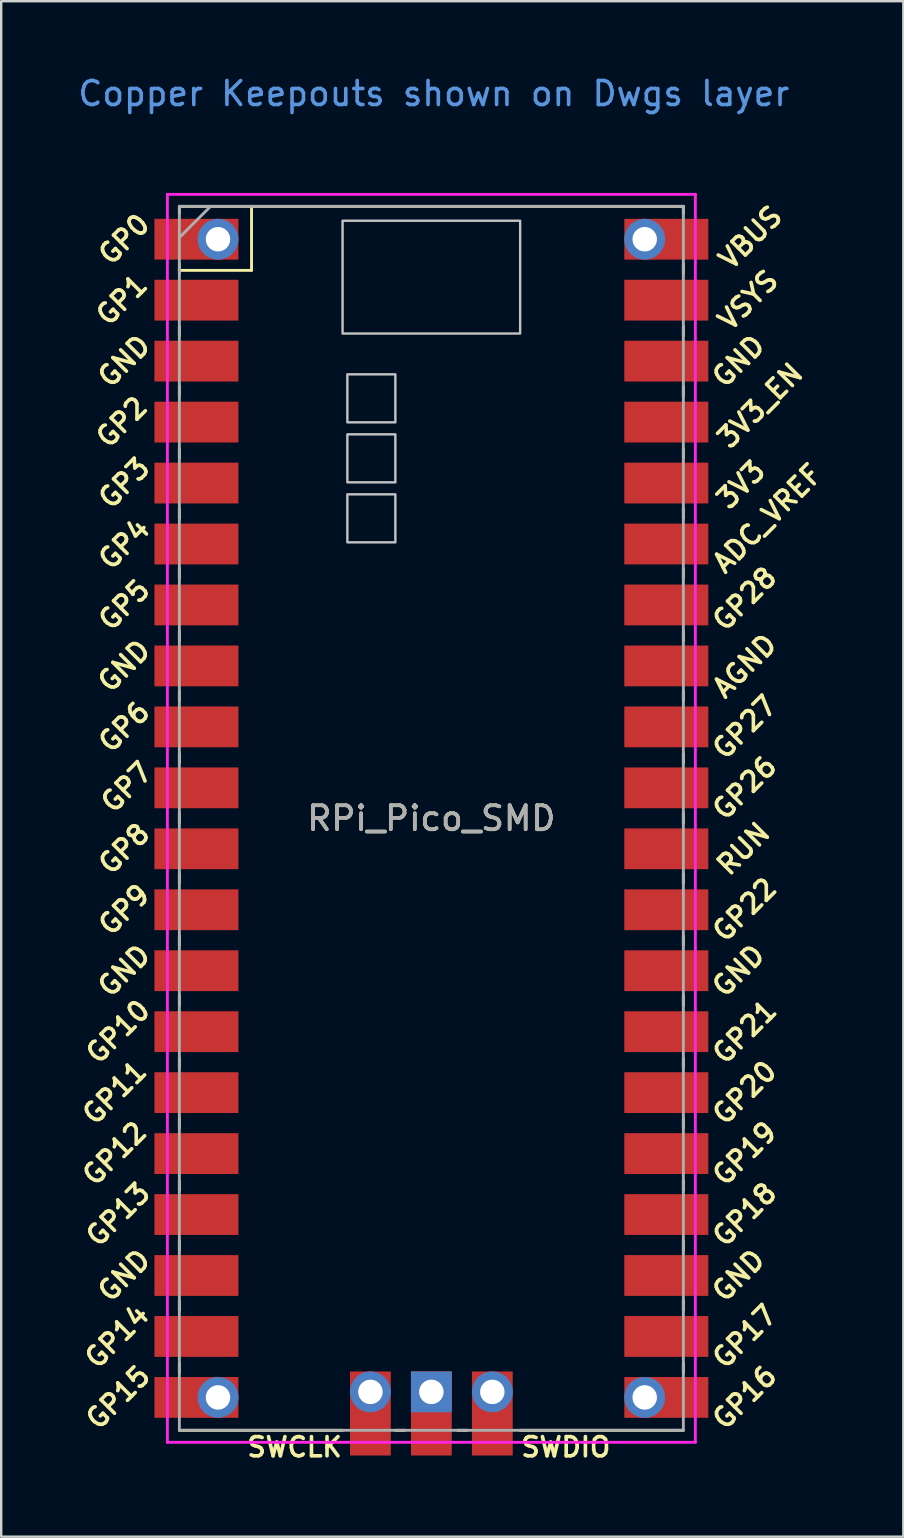
<source format=kicad_pcb>
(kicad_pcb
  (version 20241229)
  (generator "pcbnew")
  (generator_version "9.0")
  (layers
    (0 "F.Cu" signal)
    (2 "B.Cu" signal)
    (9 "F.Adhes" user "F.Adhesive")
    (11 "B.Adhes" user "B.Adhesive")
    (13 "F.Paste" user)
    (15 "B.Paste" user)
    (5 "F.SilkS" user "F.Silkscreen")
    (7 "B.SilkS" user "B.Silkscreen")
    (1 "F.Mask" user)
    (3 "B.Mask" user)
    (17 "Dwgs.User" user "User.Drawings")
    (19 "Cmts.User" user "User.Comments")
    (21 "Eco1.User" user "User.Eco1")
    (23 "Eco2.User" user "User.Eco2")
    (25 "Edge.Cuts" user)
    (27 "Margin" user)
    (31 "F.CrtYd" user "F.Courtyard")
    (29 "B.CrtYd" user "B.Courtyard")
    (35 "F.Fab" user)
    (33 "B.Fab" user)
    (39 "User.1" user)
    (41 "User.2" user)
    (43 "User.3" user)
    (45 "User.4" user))
  (footprint "RPi_Pico_SMD"
    (layer "F.Cu")
    (at 14.924 31.048)
    (property "Reference" "RPi_Pico_SMD" (at 0 0 0) (layer "F.SilkS") (effects (font (size 1 1) (thickness 0.15))))
    (attr through_hole)
    (fp_line (start -10.5 -25.5) (end -10.5 -25.2) (stroke (width 0.12) (type solid)) (layer "F.SilkS"))
    (fp_line (start -10.5 -25.5) (end 10.5 -25.5) (stroke (width 0.12) (type solid)) (layer "F.SilkS"))
    (fp_line (start -10.5 -23.1) (end -10.5 -22.7) (stroke (width 0.12) (type solid)) (layer "F.SilkS"))
    (fp_line (start -10.5 -22.833) (end -7.493 -22.833) (stroke (width 0.12) (type solid)) (layer "F.SilkS"))
    (fp_line (start -10.5 -20.5) (end -10.5 -20.1) (stroke (width 0.12) (type solid)) (layer "F.SilkS"))
    (fp_line (start -10.5 -18) (end -10.5 -17.6) (stroke (width 0.12) (type solid)) (layer "F.SilkS"))
    (fp_line (start -10.5 -15.4) (end -10.5 -15) (stroke (width 0.12) (type solid)) (layer "F.SilkS"))
    (fp_line (start -10.5 -12.9) (end -10.5 -12.5) (stroke (width 0.12) (type solid)) (layer "F.SilkS"))
    (fp_line (start -10.5 -10.4) (end -10.5 -10) (stroke (width 0.12) (type solid)) (layer "F.SilkS"))
    (fp_line (start -10.5 -7.8) (end -10.5 -7.4) (stroke (width 0.12) (type solid)) (layer "F.SilkS"))
    (fp_line (start -10.5 -5.3) (end -10.5 -4.9) (stroke (width 0.12) (type solid)) (layer "F.SilkS"))
    (fp_line (start -10.5 -2.7) (end -10.5 -2.3) (stroke (width 0.12) (type solid)) (layer "F.SilkS"))
    (fp_line (start -10.5 -0.2) (end -10.5 0.2) (stroke (width 0.12) (type solid)) (layer "F.SilkS"))
    (fp_line (start -10.5 2.3) (end -10.5 2.7) (stroke (width 0.12) (type solid)) (layer "F.SilkS"))
    (fp_line (start -10.5 4.9) (end -10.5 5.3) (stroke (width 0.12) (type solid)) (layer "F.SilkS"))
    (fp_line (start -10.5 7.4) (end -10.5 7.8) (stroke (width 0.12) (type solid)) (layer "F.SilkS"))
    (fp_line (start -10.5 10) (end -10.5 10.4) (stroke (width 0.12) (type solid)) (layer "F.SilkS"))
    (fp_line (start -10.5 12.5) (end -10.5 12.9) (stroke (width 0.12) (type solid)) (layer "F.SilkS"))
    (fp_line (start -10.5 15.1) (end -10.5 15.5) (stroke (width 0.12) (type solid)) (layer "F.SilkS"))
    (fp_line (start -10.5 17.6) (end -10.5 18) (stroke (width 0.12) (type solid)) (layer "F.SilkS"))
    (fp_line (start -10.5 20.1) (end -10.5 20.5) (stroke (width 0.12) (type solid)) (layer "F.SilkS"))
    (fp_line (start -10.5 22.7) (end -10.5 23.1) (stroke (width 0.12) (type solid)) (layer "F.SilkS"))
    (fp_line (start -7.493 -22.833) (end -7.493 -25.5) (stroke (width 0.12) (type solid)) (layer "F.SilkS"))
    (fp_line (start -3.7 25.5) (end -10.5 25.5) (stroke (width 0.12) (type solid)) (layer "F.SilkS"))
    (fp_line (start -1.5 25.5) (end -1.1 25.5) (stroke (width 0.12) (type solid)) (layer "F.SilkS"))
    (fp_line (start 1.1 25.5) (end 1.5 25.5) (stroke (width 0.12) (type solid)) (layer "F.SilkS"))
    (fp_line (start 10.5 -25.5) (end 10.5 -25.2) (stroke (width 0.12) (type solid)) (layer "F.SilkS"))
    (fp_line (start 10.5 -23.1) (end 10.5 -22.7) (stroke (width 0.12) (type solid)) (layer "F.SilkS"))
    (fp_line (start 10.5 -20.5) (end 10.5 -20.1) (stroke (width 0.12) (type solid)) (layer "F.SilkS"))
    (fp_line (start 10.5 -18) (end 10.5 -17.6) (stroke (width 0.12) (type solid)) (layer "F.SilkS"))
    (fp_line (start 10.5 -15.4) (end 10.5 -15) (stroke (width 0.12) (type solid)) (layer "F.SilkS"))
    (fp_line (start 10.5 -12.9) (end 10.5 -12.5) (stroke (width 0.12) (type solid)) (layer "F.SilkS"))
    (fp_line (start 10.5 -10.4) (end 10.5 -10) (stroke (width 0.12) (type solid)) (layer "F.SilkS"))
    (fp_line (start 10.5 -7.8) (end 10.5 -7.4) (stroke (width 0.12) (type solid)) (layer "F.SilkS"))
    (fp_line (start 10.5 -5.3) (end 10.5 -4.9) (stroke (width 0.12) (type solid)) (layer "F.SilkS"))
    (fp_line (start 10.5 -2.7) (end 10.5 -2.3) (stroke (width 0.12) (type solid)) (layer "F.SilkS"))
    (fp_line (start 10.5 -0.2) (end 10.5 0.2) (stroke (width 0.12) (type solid)) (layer "F.SilkS"))
    (fp_line (start 10.5 2.3) (end 10.5 2.7) (stroke (width 0.12) (type solid)) (layer "F.SilkS"))
    (fp_line (start 10.5 4.9) (end 10.5 5.3) (stroke (width 0.12) (type solid)) (layer "F.SilkS"))
    (fp_line (start 10.5 7.4) (end 10.5 7.8) (stroke (width 0.12) (type solid)) (layer "F.SilkS"))
    (fp_line (start 10.5 10) (end 10.5 10.4) (stroke (width 0.12) (type solid)) (layer "F.SilkS"))
    (fp_line (start 10.5 12.5) (end 10.5 12.9) (stroke (width 0.12) (type solid)) (layer "F.SilkS"))
    (fp_line (start 10.5 15.1) (end 10.5 15.5) (stroke (width 0.12) (type solid)) (layer "F.SilkS"))
    (fp_line (start 10.5 17.6) (end 10.5 18) (stroke (width 0.12) (type solid)) (layer "F.SilkS"))
    (fp_line (start 10.5 20.1) (end 10.5 20.5) (stroke (width 0.12) (type solid)) (layer "F.SilkS"))
    (fp_line (start 10.5 22.7) (end 10.5 23.1) (stroke (width 0.12) (type solid)) (layer "F.SilkS"))
    (fp_line (start 10.5 25.5) (end 3.7 25.5) (stroke (width 0.12) (type solid)) (layer "F.SilkS"))
    (fp_poly (pts (xy -1.5 -16.5) (xy -3.5 -16.5) (xy -3.5 -18.5) (xy -1.5 -18.5)) (stroke (width 0.1) (type solid)) (fill no) (layer "Dwgs.User"))
    (fp_poly (pts (xy -1.5 -14) (xy -3.5 -14) (xy -3.5 -16) (xy -1.5 -16)) (stroke (width 0.1) (type solid)) (fill no) (layer "Dwgs.User"))
    (fp_poly (pts (xy -1.5 -11.5) (xy -3.5 -11.5) (xy -3.5 -13.5) (xy -1.5 -13.5)) (stroke (width 0.1) (type solid)) (fill no) (layer "Dwgs.User"))
    (fp_poly (pts (xy 3.7 -20.2) (xy -3.7 -20.2) (xy -3.7 -24.9) (xy 3.7 -24.9)) (stroke (width 0.1) (type solid)) (fill no) (layer "Dwgs.User"))
    (fp_line (start -11 -26) (end 11 -26) (stroke (width 0.12) (type solid)) (layer "F.CrtYd"))
    (fp_line (start -11 26) (end -11 -26) (stroke (width 0.12) (type solid)) (layer "F.CrtYd"))
    (fp_line (start 11 -26) (end 11 26) (stroke (width 0.12) (type solid)) (layer "F.CrtYd"))
    (fp_line (start 11 26) (end -11 26) (stroke (width 0.12) (type solid)) (layer "F.CrtYd"))
    (fp_line (start -10.5 -25.5) (end 10.5 -25.5) (stroke (width 0.12) (type solid)) (layer "F.Fab"))
    (fp_line (start -10.5 -24.2) (end -9.2 -25.5) (stroke (width 0.12) (type solid)) (layer "F.Fab"))
    (fp_line (start -10.5 25.5) (end -10.5 -25.5) (stroke (width 0.12) (type solid)) (layer "F.Fab"))
    (fp_line (start 10.5 -25.5) (end 10.5 25.5) (stroke (width 0.12) (type solid)) (layer "F.Fab"))
    (fp_line (start 10.5 25.5) (end -10.5 25.5) (stroke (width 0.12) (type solid)) (layer "F.Fab"))
    (fp_text user "GND" (at 12.8 19.05 45) (layer "F.SilkS") (effects (font (size 0.8 0.8) (thickness 0.15))))
    (fp_text user "GP21" (at 13.054 8.9 45) (layer "F.SilkS") (effects (font (size 0.8 0.8) (thickness 0.15))))
    (fp_text user "SWDIO" (at 5.6 26.2 0) (layer "F.SilkS") (effects (font (size 0.8 0.8) (thickness 0.15))))
    (fp_text user "GP10" (at -13.054 8.89 45) (layer "F.SilkS") (effects (font (size 0.8 0.8) (thickness 0.15))))
    (fp_text user "ADC_VREF" (at 14 -12.5 45) (layer "F.SilkS") (effects (font (size 0.8 0.8) (thickness 0.15))))
    (fp_text user "VBUS" (at 13.3 -24.2 45) (layer "F.SilkS") (effects (font (size 0.8 0.8) (thickness 0.15))))
    (fp_text user "GP22" (at 13.054 3.81 45) (layer "F.SilkS") (effects (font (size 0.8 0.8) (thickness 0.15))))
    (fp_text user "GP3" (at -12.8 -13.97 45) (layer "F.SilkS") (effects (font (size 0.8 0.8) (thickness 0.15))))
    (fp_text user "GP28" (at 13.054 -9.144 45) (layer "F.SilkS") (effects (font (size 0.8 0.8) (thickness 0.15))))
    (fp_text user "GP13" (at -13.054 16.51 45) (layer "F.SilkS") (effects (font (size 0.8 0.8) (thickness 0.15))))
    (fp_text user "GND" (at -12.8 -6.35 45) (layer "F.SilkS") (effects (font (size 0.8 0.8) (thickness 0.15))))
    (fp_text user "GP19" (at 13.054 13.97 45) (layer "F.SilkS") (effects (font (size 0.8 0.8) (thickness 0.15))))
    (fp_text user "GP1" (at -12.9 -21.6 45) (layer "F.SilkS") (effects (font (size 0.8 0.8) (thickness 0.15))))
    (fp_text user "GP12" (at -13.2 13.97 45) (layer "F.SilkS") (effects (font (size 0.8 0.8) (thickness 0.15))))
    (fp_text user "GP20" (at 13.054 11.43 45) (layer "F.SilkS") (effects (font (size 0.8 0.8) (thickness 0.15))))
    (fp_text user "GND" (at -12.8 19.05 45) (layer "F.SilkS") (effects (font (size 0.8 0.8) (thickness 0.15))))
    (fp_text user "GP17" (at 13.054 21.59 45) (layer "F.SilkS") (effects (font (size 0.8 0.8) (thickness 0.15))))
    (fp_text user "GP6" (at -12.8 -3.81 45) (layer "F.SilkS") (effects (font (size 0.8 0.8) (thickness 0.15))))
    (fp_text user "GP2" (at -12.9 -16.51 45) (layer "F.SilkS") (effects (font (size 0.8 0.8) (thickness 0.15))))
    (fp_text user "GP0" (at -12.8 -24.13 45) (layer "F.SilkS") (effects (font (size 0.8 0.8) (thickness 0.15))))
    (fp_text user "GND" (at 12.8 6.35 45) (layer "F.SilkS") (effects (font (size 0.8 0.8) (thickness 0.15))))
    (fp_text user "GND" (at -12.8 -19.05 45) (layer "F.SilkS") (effects (font (size 0.8 0.8) (thickness 0.15))))
    (fp_text user "AGND" (at 13.054 -6.35 45) (layer "F.SilkS") (effects (font (size 0.8 0.8) (thickness 0.15))))
    (fp_text user "GP16" (at 13.054 24.13 45) (layer "F.SilkS") (effects (font (size 0.8 0.8) (thickness 0.15))))
    (fp_text user "GP8" (at -12.8 1.27 45) (layer "F.SilkS") (effects (font (size 0.8 0.8) (thickness 0.15))))
    (fp_text user "VSYS" (at 13.2 -21.59 45) (layer "F.SilkS") (effects (font (size 0.8 0.8) (thickness 0.15))))
    (fp_text user "GP14" (at -13.1 21.59 45) (layer "F.SilkS") (effects (font (size 0.8 0.8) (thickness 0.15))))
    (fp_text user "3V3_EN" (at 13.7 -17.2 45) (layer "F.SilkS") (effects (font (size 0.8 0.8) (thickness 0.15))))
    (fp_text user "3V3" (at 12.9 -13.9 45) (layer "F.SilkS") (effects (font (size 0.8 0.8) (thickness 0.15))))
    (fp_text user "GP5" (at -12.8 -8.89 45) (layer "F.SilkS") (effects (font (size 0.8 0.8) (thickness 0.15))))
    (fp_text user "GP15" (at -13.054 24.13 45) (layer "F.SilkS") (effects (font (size 0.8 0.8) (thickness 0.15))))
    (fp_text user "GP11" (at -13.2 11.43 45) (layer "F.SilkS") (effects (font (size 0.8 0.8) (thickness 0.15))))
    (fp_text user "GP27" (at 13.054 -3.8 45) (layer "F.SilkS") (effects (font (size 0.8 0.8) (thickness 0.15))))
    (fp_text user "GP4" (at -12.8 -11.43 45) (layer "F.SilkS") (effects (font (size 0.8 0.8) (thickness 0.15))))
    (fp_text user "GND" (at -12.8 6.35 45) (layer "F.SilkS") (effects (font (size 0.8 0.8) (thickness 0.15))))
    (fp_text user "RUN" (at 13 1.27 45) (layer "F.SilkS") (effects (font (size 0.8 0.8) (thickness 0.15))))
    (fp_text user "GP26" (at 13.054 -1.27 45) (layer "F.SilkS") (effects (font (size 0.8 0.8) (thickness 0.15))))
    (fp_text user "GND" (at 12.8 -19.05 45) (layer "F.SilkS") (effects (font (size 0.8 0.8) (thickness 0.15))))
    (fp_text user "GP9" (at -12.8 3.81 45) (layer "F.SilkS") (effects (font (size 0.8 0.8) (thickness 0.15))))
    (fp_text user "GP18" (at 13.054 16.51 45) (layer "F.SilkS") (effects (font (size 0.8 0.8) (thickness 0.15))))
    (fp_text user "SWCLK" (at -5.7 26.2 0) (layer "F.SilkS") (effects (font (size 0.8 0.8) (thickness 0.15))))
    (fp_text user "GP7" (at -12.7 -1.3 45) (layer "F.SilkS") (effects (font (size 0.8 0.8) (thickness 0.15))))
    (fp_text user "Copper Keepouts shown on Dwgs layer" (at 0.1 -30.2 0) (layer "Cmts.User") (effects (font (size 1 1) (thickness 0.15))))
    (fp_text user "${REFERENCE}" (at 0 0 180) (layer "F.Fab") (effects (font (size 1 1) (thickness 0.15))))
    (pad "1" thru_hole oval (at -8.89 -24.13) (size 1.7 1.7) (drill 1.02) (layers "*.Cu" "*.Mask"))
    (pad "1" smd rect (at -8.89 -24.13) (size 3.5 1.7) (drill (offset -0.9 0)) (layers "F.Cu" "F.Mask"))
    (pad "2" smd rect (at -8.89 -21.59) (size 3.5 1.7) (drill (offset -0.9 0)) (layers "F.Cu" "F.Mask"))
    (pad "3" smd rect (at -8.89 -19.05) (size 3.5 1.7) (drill (offset -0.9 0)) (layers "F.Cu" "F.Mask"))
    (pad "4" smd rect (at -8.89 -16.51) (size 3.5 1.7) (drill (offset -0.9 0)) (layers "F.Cu" "F.Mask"))
    (pad "5" smd rect (at -8.89 -13.97) (size 3.5 1.7) (drill (offset -0.9 0)) (layers "F.Cu" "F.Mask"))
    (pad "6" smd rect (at -8.89 -11.43) (size 3.5 1.7) (drill (offset -0.9 0)) (layers "F.Cu" "F.Mask"))
    (pad "7" smd rect (at -8.89 -8.89) (size 3.5 1.7) (drill (offset -0.9 0)) (layers "F.Cu" "F.Mask"))
    (pad "8" smd rect (at -8.89 -6.35) (size 3.5 1.7) (drill (offset -0.9 0)) (layers "F.Cu" "F.Mask"))
    (pad "9" smd rect (at -8.89 -3.81) (size 3.5 1.7) (drill (offset -0.9 0)) (layers "F.Cu" "F.Mask"))
    (pad "10" smd rect (at -8.89 -1.27) (size 3.5 1.7) (drill (offset -0.9 0)) (layers "F.Cu" "F.Mask"))
    (pad "11" smd rect (at -8.89 1.27) (size 3.5 1.7) (drill (offset -0.9 0)) (layers "F.Cu" "F.Mask"))
    (pad "12" smd rect (at -8.89 3.81) (size 3.5 1.7) (drill (offset -0.9 0)) (layers "F.Cu" "F.Mask"))
    (pad "13" smd rect (at -8.89 6.35) (size 3.5 1.7) (drill (offset -0.9 0)) (layers "F.Cu" "F.Mask"))
    (pad "14" smd rect (at -8.89 8.89) (size 3.5 1.7) (drill (offset -0.9 0)) (layers "F.Cu" "F.Mask"))
    (pad "15" smd rect (at -8.89 11.43) (size 3.5 1.7) (drill (offset -0.9 0)) (layers "F.Cu" "F.Mask"))
    (pad "16" smd rect (at -8.89 13.97) (size 3.5 1.7) (drill (offset -0.9 0)) (layers "F.Cu" "F.Mask"))
    (pad "17" smd rect (at -8.89 16.51) (size 3.5 1.7) (drill (offset -0.9 0)) (layers "F.Cu" "F.Mask"))
    (pad "18" smd rect (at -8.89 19.05) (size 3.5 1.7) (drill (offset -0.9 0)) (layers "F.Cu" "F.Mask"))
    (pad "19" smd rect (at -8.89 21.59) (size 3.5 1.7) (drill (offset -0.9 0)) (layers "F.Cu" "F.Mask"))
    (pad "20" thru_hole oval (at -8.89 24.13) (size 1.7 1.7) (drill 1.02) (layers "*.Cu" "*.Mask"))
    (pad "20" smd rect (at -8.89 24.13) (size 3.5 1.7) (drill (offset -0.9 0)) (layers "F.Cu" "F.Mask"))
    (pad "21" thru_hole oval (at 8.89 24.13) (size 1.7 1.7) (drill 1.02) (layers "*.Cu" "*.Mask"))
    (pad "21" smd rect (at 8.89 24.13) (size 3.5 1.7) (drill (offset 0.9 0)) (layers "F.Cu" "F.Mask"))
    (pad "22" smd rect (at 8.89 21.59) (size 3.5 1.7) (drill (offset 0.9 0)) (layers "F.Cu" "F.Mask"))
    (pad "23" smd rect (at 8.89 19.05) (size 3.5 1.7) (drill (offset 0.9 0)) (layers "F.Cu" "F.Mask"))
    (pad "24" smd rect (at 8.89 16.51) (size 3.5 1.7) (drill (offset 0.9 0)) (layers "F.Cu" "F.Mask"))
    (pad "25" smd rect (at 8.89 13.97) (size 3.5 1.7) (drill (offset 0.9 0)) (layers "F.Cu" "F.Mask"))
    (pad "26" smd rect (at 8.89 11.43) (size 3.5 1.7) (drill (offset 0.9 0)) (layers "F.Cu" "F.Mask"))
    (pad "27" smd rect (at 8.89 8.89) (size 3.5 1.7) (drill (offset 0.9 0)) (layers "F.Cu" "F.Mask"))
    (pad "28" smd rect (at 8.89 6.35) (size 3.5 1.7) (drill (offset 0.9 0)) (layers "F.Cu" "F.Mask"))
    (pad "29" smd rect (at 8.89 3.81) (size 3.5 1.7) (drill (offset 0.9 0)) (layers "F.Cu" "F.Mask"))
    (pad "30" smd rect (at 8.89 1.27) (size 3.5 1.7) (drill (offset 0.9 0)) (layers "F.Cu" "F.Mask"))
    (pad "31" smd rect (at 8.89 -1.27) (size 3.5 1.7) (drill (offset 0.9 0)) (layers "F.Cu" "F.Mask"))
    (pad "32" smd rect (at 8.89 -3.81) (size 3.5 1.7) (drill (offset 0.9 0)) (layers "F.Cu" "F.Mask"))
    (pad "33" smd rect (at 8.89 -6.35) (size 3.5 1.7) (drill (offset 0.9 0)) (layers "F.Cu" "F.Mask"))
    (pad "34" smd rect (at 8.89 -8.89) (size 3.5 1.7) (drill (offset 0.9 0)) (layers "F.Cu" "F.Mask"))
    (pad "35" smd rect (at 8.89 -11.43) (size 3.5 1.7) (drill (offset 0.9 0)) (layers "F.Cu" "F.Mask"))
    (pad "36" smd rect (at 8.89 -13.97) (size 3.5 1.7) (drill (offset 0.9 0)) (layers "F.Cu" "F.Mask"))
    (pad "37" smd rect (at 8.89 -16.51) (size 3.5 1.7) (drill (offset 0.9 0)) (layers "F.Cu" "F.Mask"))
    (pad "38" smd rect (at 8.89 -19.05) (size 3.5 1.7) (drill (offset 0.9 0)) (layers "F.Cu" "F.Mask"))
    (pad "39" smd rect (at 8.89 -21.59) (size 3.5 1.7) (drill (offset 0.9 0)) (layers "F.Cu" "F.Mask"))
    (pad "40" thru_hole oval (at 8.89 -24.13) (size 1.7 1.7) (drill 1.02) (layers "*.Cu" "*.Mask"))
    (pad "40" smd rect (at 8.89 -24.13) (size 3.5 1.7) (drill (offset 0.9 0)) (layers "F.Cu" "F.Mask"))
    (pad "41" thru_hole oval (at -2.54 23.9) (size 1.7 1.7) (drill 1.02) (layers "*.Cu" "*.Mask"))
    (pad "41" smd rect (at -2.54 23.9 90) (size 3.5 1.7) (drill (offset -0.9 0)) (layers "F.Cu" "F.Mask"))
    (pad "42" thru_hole rect (at 0 23.9) (size 1.7 1.7) (drill 1.02) (layers "*.Cu" "*.Mask"))
    (pad "42" smd rect (at 0 23.9 90) (size 3.5 1.7) (drill (offset -0.9 0)) (layers "F.Cu" "F.Mask"))
    (pad "43" thru_hole oval (at 2.54 23.9) (size 1.7 1.7) (drill 1.02) (layers "*.Cu" "*.Mask"))
    (pad "43" smd rect (at 2.54 23.9 90) (size 3.5 1.7) (drill (offset -0.9 0)) (layers "F.Cu" "F.Mask")))
  (gr_rect
    (start -3 -3)
    (end 34.591 60.98)
    (stroke (width 0.1) (type default))
    (fill no)
    (layer "Edge.Cuts")))
</source>
